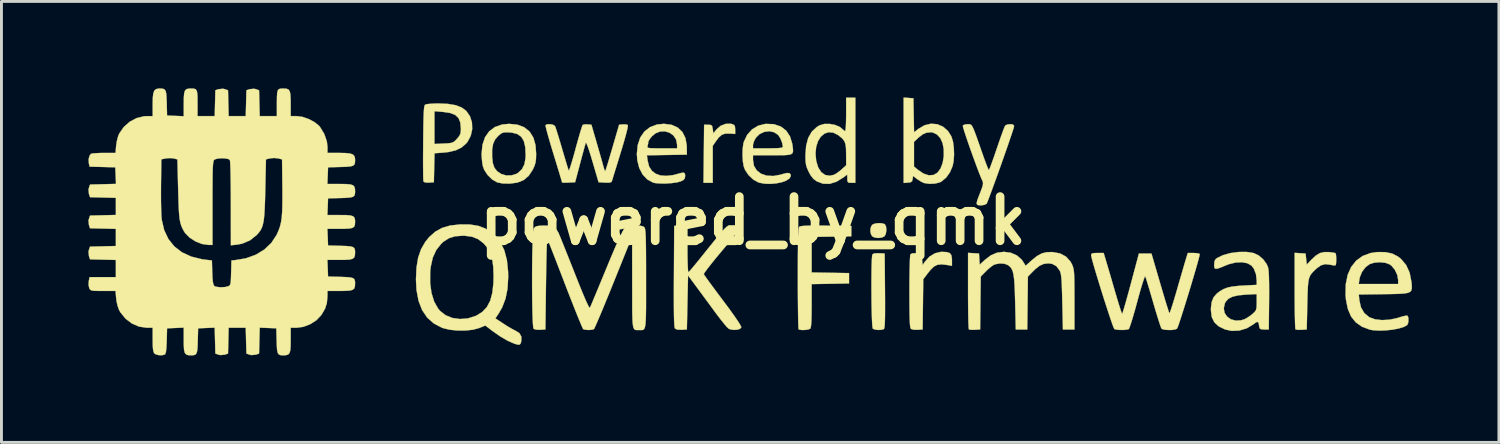
<source format=kicad_pcb>
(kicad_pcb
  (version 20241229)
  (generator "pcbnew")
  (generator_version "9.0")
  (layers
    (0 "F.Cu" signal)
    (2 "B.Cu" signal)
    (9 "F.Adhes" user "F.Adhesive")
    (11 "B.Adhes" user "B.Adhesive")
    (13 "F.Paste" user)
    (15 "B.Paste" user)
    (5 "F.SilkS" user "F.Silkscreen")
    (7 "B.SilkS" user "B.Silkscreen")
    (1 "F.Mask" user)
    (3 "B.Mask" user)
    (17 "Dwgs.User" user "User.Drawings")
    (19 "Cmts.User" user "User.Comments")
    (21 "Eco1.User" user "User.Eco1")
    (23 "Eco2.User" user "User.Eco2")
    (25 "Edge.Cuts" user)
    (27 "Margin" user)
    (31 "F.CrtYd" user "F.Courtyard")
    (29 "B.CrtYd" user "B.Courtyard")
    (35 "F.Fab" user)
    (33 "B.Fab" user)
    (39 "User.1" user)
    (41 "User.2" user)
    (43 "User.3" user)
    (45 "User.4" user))
  (footprint "powered_by_qmk"
    (layer "F.Cu")
    (at 22.936 4.569)
    (property "Reference" "powered_by_qmk" (at 0 0 0) (layer "F.SilkS") (effects (font (size 1.524 1.524) (thickness 0.3))))
    (attr through_hole)
    (fp_poly (pts (xy 4.441 0.085) (xy 4.538 0.113) (xy 4.556 0.127) (xy 4.593 0.209) (xy 4.602 0.329) (xy 4.584 0.449) (xy 4.541 0.533) (xy 4.449 0.579) (xy 4.321 0.594) (xy 4.195 0.577) (xy 4.11 0.533) (xy 4.067 0.451) (xy 4.048 0.34) (xy 4.048 0.337) (xy 4.066 0.226) (xy 4.109 0.143) (xy 4.11 0.142) (xy 4.193 0.101) (xy 4.315 0.081) (xy 4.441 0.085)) (stroke (width 0.01) (type solid)) (fill yes) (layer "F.SilkS"))
    (fp_poly (pts (xy -0.734 -3.34) (xy -0.656 -3.31) (xy -0.623 -3.257) (xy -0.615 -3.155) (xy -0.615 -3.152) (xy -0.615 -2.996) (xy -0.8 -3.01) (xy -0.958 -3.008) (xy -1.077 -2.967) (xy -1.183 -2.874) (xy -1.269 -2.76) (xy -1.389 -2.585) (xy -1.389 -1.31) (xy -1.708 -1.31) (xy -1.697 -2.312) (xy -1.687 -3.314) (xy -1.548 -3.314) (xy -1.456 -3.307) (xy -1.412 -3.272) (xy -1.392 -3.185) (xy -1.389 -3.164) (xy -1.369 -3.015) (xy -1.259 -3.153) (xy -1.116 -3.278) (xy -0.941 -3.345) (xy -0.76 -3.346) (xy -0.734 -3.34)) (stroke (width 0.01) (type solid)) (fill yes) (layer "F.SilkS"))
    (fp_poly (pts (xy 4.35 1.119) (xy 4.544 1.131) (xy 4.555 2.418) (xy 4.557 2.79) (xy 4.557 3.089) (xy 4.555 3.322) (xy 4.551 3.496) (xy 4.544 3.618) (xy 4.533 3.694) (xy 4.52 3.732) (xy 4.515 3.737) (xy 4.428 3.763) (xy 4.31 3.768) (xy 4.199 3.752) (xy 4.135 3.723) (xy 4.124 3.672) (xy 4.113 3.555) (xy 4.105 3.381) (xy 4.098 3.163) (xy 4.092 2.914) (xy 4.089 2.643) (xy 4.087 2.365) (xy 4.087 2.089) (xy 4.089 1.828) (xy 4.093 1.594) (xy 4.099 1.399) (xy 4.107 1.254) (xy 4.118 1.171) (xy 4.122 1.158) (xy 4.19 1.124) (xy 4.33 1.118) (xy 4.35 1.119)) (stroke (width 0.01) (type solid)) (fill yes) (layer "F.SilkS"))
    (fp_poly (pts (xy 2.525 0.168) (xy 3.393 0.179) (xy 3.393 0.536) (xy 2.709 0.547) (xy 2.024 0.557) (xy 2.024 1.784) (xy 3.314 1.806) (xy 3.314 2.163) (xy 2.024 2.185) (xy 2.024 2.93) (xy 2.022 3.226) (xy 2.016 3.448) (xy 2.006 3.602) (xy 1.99 3.693) (xy 1.976 3.723) (xy 1.911 3.751) (xy 1.803 3.767) (xy 1.688 3.77) (xy 1.599 3.757) (xy 1.574 3.744) (xy 1.569 3.7) (xy 1.564 3.585) (xy 1.559 3.406) (xy 1.555 3.174) (xy 1.552 2.894) (xy 1.549 2.576) (xy 1.548 2.228) (xy 1.548 1.983) (xy 1.548 1.554) (xy 1.549 1.198) (xy 1.552 0.909) (xy 1.556 0.679) (xy 1.561 0.503) (xy 1.568 0.374) (xy 1.576 0.286) (xy 1.587 0.231) (xy 1.6 0.204) (xy 1.602 0.203) (xy 1.655 0.186) (xy 1.769 0.174) (xy 1.95 0.168) (xy 2.201 0.166) (xy 2.525 0.168)) (stroke (width 0.01) (type solid)) (fill yes) (layer "F.SilkS"))
    (fp_poly (pts (xy 6.686 1.081) (xy 6.791 1.115) (xy 6.846 1.187) (xy 6.865 1.308) (xy 6.866 1.354) (xy 6.866 1.555) (xy 6.697 1.525) (xy 6.509 1.503) (xy 6.365 1.518) (xy 6.242 1.581) (xy 6.12 1.701) (xy 6.033 1.81) (xy 5.875 2.019) (xy 5.865 2.885) (xy 5.854 3.75) (xy 5.675 3.762) (xy 5.546 3.759) (xy 5.459 3.734) (xy 5.447 3.724) (xy 5.432 3.689) (xy 5.42 3.612) (xy 5.411 3.487) (xy 5.405 3.306) (xy 5.401 3.065) (xy 5.399 2.756) (xy 5.398 2.443) (xy 5.399 2.136) (xy 5.402 1.854) (xy 5.407 1.606) (xy 5.413 1.403) (xy 5.42 1.255) (xy 5.428 1.172) (xy 5.432 1.158) (xy 5.499 1.123) (xy 5.631 1.118) (xy 5.64 1.119) (xy 5.814 1.131) (xy 5.834 1.33) (xy 5.854 1.528) (xy 5.932 1.413) (xy 6.089 1.239) (xy 6.279 1.122) (xy 6.484 1.073) (xy 6.517 1.072) (xy 6.686 1.081)) (stroke (width 0.01) (type solid)) (fill yes) (layer "F.SilkS"))
    (fp_poly (pts (xy 19.87 1.08) (xy 19.993 1.094) (xy 20.08 1.111) (xy 20.105 1.121) (xy 20.119 1.173) (xy 20.127 1.272) (xy 20.127 1.387) (xy 20.12 1.486) (xy 20.106 1.536) (xy 20.058 1.541) (xy 19.963 1.526) (xy 19.919 1.516) (xy 19.747 1.496) (xy 19.596 1.539) (xy 19.444 1.649) (xy 19.433 1.659) (xy 19.345 1.744) (xy 19.277 1.818) (xy 19.226 1.893) (xy 19.191 1.982) (xy 19.166 2.095) (xy 19.151 2.244) (xy 19.141 2.443) (xy 19.133 2.703) (xy 19.129 2.877) (xy 19.11 3.75) (xy 18.929 3.762) (xy 18.815 3.764) (xy 18.737 3.753) (xy 18.721 3.746) (xy 18.714 3.701) (xy 18.708 3.586) (xy 18.703 3.41) (xy 18.698 3.184) (xy 18.695 2.917) (xy 18.693 2.618) (xy 18.693 2.412) (xy 18.693 1.107) (xy 18.881 1.119) (xy 19.07 1.131) (xy 19.11 1.513) (xy 19.263 1.35) (xy 19.422 1.202) (xy 19.568 1.114) (xy 19.724 1.079) (xy 19.87 1.08)) (stroke (width 0.01) (type solid)) (fill yes) (layer "F.SilkS"))
    (fp_poly (pts (xy 5.368 -4.239) (xy 5.536 -4.227) (xy 5.547 -3.64) (xy 5.558 -3.054) (xy 5.706 -3.171) (xy 5.921 -3.297) (xy 6.143 -3.35) (xy 6.36 -3.332) (xy 6.56 -3.246) (xy 6.731 -3.094) (xy 6.845 -2.914) (xy 6.899 -2.745) (xy 6.93 -2.528) (xy 6.939 -2.291) (xy 6.924 -2.063) (xy 6.89 -1.893) (xy 6.799 -1.677) (xy 6.667 -1.492) (xy 6.51 -1.359) (xy 6.441 -1.324) (xy 6.28 -1.284) (xy 6.093 -1.275) (xy 5.921 -1.299) (xy 5.875 -1.314) (xy 5.778 -1.365) (xy 5.666 -1.438) (xy 5.649 -1.451) (xy 5.522 -1.548) (xy 5.509 -1.439) (xy 5.49 -1.365) (xy 5.438 -1.33) (xy 5.348 -1.317) (xy 5.199 -1.305) (xy 5.199 -2.723) (xy 5.556 -2.723) (xy 5.556 -1.872) (xy 5.685 -1.764) (xy 5.881 -1.63) (xy 6.065 -1.569) (xy 6.23 -1.581) (xy 6.363 -1.657) (xy 6.471 -1.801) (xy 6.546 -1.997) (xy 6.584 -2.227) (xy 6.582 -2.47) (xy 6.544 -2.676) (xy 6.466 -2.851) (xy 6.346 -2.98) (xy 6.201 -3.048) (xy 6.132 -3.056) (xy 5.986 -3.04) (xy 5.856 -2.983) (xy 5.715 -2.873) (xy 5.685 -2.845) (xy 5.556 -2.723) (xy 5.199 -2.723) (xy 5.199 -4.251) (xy 5.368 -4.239)) (stroke (width 0.01) (type solid)) (fill yes) (layer "F.SilkS"))
    (fp_poly (pts (xy -8.129 -3.316) (xy -7.893 -3.226) (xy -7.71 -3.078) (xy -7.58 -2.872) (xy -7.505 -2.608) (xy -7.484 -2.314) (xy -7.489 -2.134) (xy -7.507 -2.001) (xy -7.545 -1.883) (xy -7.603 -1.76) (xy -7.741 -1.551) (xy -7.912 -1.406) (xy -8.127 -1.319) (xy -8.384 -1.283) (xy -8.631 -1.286) (xy -8.819 -1.323) (xy -8.83 -1.327) (xy -9 -1.424) (xy -9.155 -1.575) (xy -9.273 -1.754) (xy -9.322 -1.883) (xy -9.346 -2.022) (xy -9.362 -2.195) (xy -9.363 -2.21) (xy -9.003 -2.21) (xy -8.979 -1.991) (xy -8.925 -1.83) (xy -8.832 -1.712) (xy -8.692 -1.617) (xy -8.689 -1.615) (xy -8.519 -1.564) (xy -8.33 -1.568) (xy -8.157 -1.622) (xy -8.102 -1.657) (xy -7.972 -1.783) (xy -7.891 -1.941) (xy -7.852 -2.146) (xy -7.846 -2.273) (xy -7.859 -2.546) (xy -7.909 -2.753) (xy -7.999 -2.9) (xy -8.134 -2.994) (xy -8.32 -3.042) (xy -8.389 -3.048) (xy -8.531 -3.054) (xy -8.623 -3.044) (xy -8.697 -3.008) (xy -8.782 -2.939) (xy -8.784 -2.937) (xy -8.898 -2.81) (xy -8.969 -2.656) (xy -9.003 -2.461) (xy -9.003 -2.21) (xy -9.363 -2.21) (xy -9.366 -2.314) (xy -9.336 -2.623) (xy -9.248 -2.882) (xy -9.105 -3.086) (xy -8.909 -3.234) (xy -8.665 -3.321) (xy -8.418 -3.345) (xy -8.129 -3.316)) (stroke (width 0.01) (type solid)) (fill yes) (layer "F.SilkS"))
    (fp_poly (pts (xy -10.524 -4.033) (xy -10.262 -3.989) (xy -10.058 -3.911) (xy -9.903 -3.799) (xy -9.898 -3.794) (xy -9.769 -3.612) (xy -9.699 -3.395) (xy -9.69 -3.163) (xy -9.74 -2.934) (xy -9.851 -2.725) (xy -9.894 -2.671) (xy -10.055 -2.53) (xy -10.256 -2.432) (xy -10.51 -2.372) (xy -10.673 -2.354) (xy -10.991 -2.33) (xy -11.002 -1.83) (xy -11.013 -1.33) (xy -11.182 -1.317) (xy -11.309 -1.32) (xy -11.369 -1.353) (xy -11.372 -1.36) (xy -11.377 -1.412) (xy -11.381 -1.533) (xy -11.383 -1.714) (xy -11.385 -1.945) (xy -11.385 -2.215) (xy -11.383 -2.515) (xy -11.382 -2.651) (xy -10.993 -2.651) (xy -10.672 -2.665) (xy -10.512 -2.674) (xy -10.407 -2.689) (xy -10.335 -2.718) (xy -10.272 -2.769) (xy -10.216 -2.828) (xy -10.133 -2.93) (xy -10.093 -3.022) (xy -10.081 -3.145) (xy -10.081 -3.184) (xy -10.101 -3.393) (xy -10.164 -3.547) (xy -10.278 -3.654) (xy -10.452 -3.721) (xy -10.686 -3.756) (xy -10.993 -3.782) (xy -10.993 -2.651) (xy -11.382 -2.651) (xy -11.382 -2.693) (xy -11.378 -3.053) (xy -11.374 -3.341) (xy -11.369 -3.565) (xy -11.362 -3.733) (xy -11.354 -3.854) (xy -11.344 -3.935) (xy -11.33 -3.983) (xy -11.314 -4.007) (xy -11.311 -4.009) (xy -11.248 -4.025) (xy -11.125 -4.038) (xy -10.964 -4.046) (xy -10.852 -4.048) (xy -10.524 -4.033)) (stroke (width 0.01) (type solid)) (fill yes) (layer "F.SilkS"))
    (fp_poly (pts (xy -2.811 -3.312) (xy -2.598 -3.217) (xy -2.437 -3.064) (xy -2.332 -2.856) (xy -2.287 -2.598) (xy -2.285 -2.544) (xy -2.282 -2.282) (xy -2.972 -2.271) (xy -3.662 -2.26) (xy -3.636 -2.075) (xy -3.586 -1.875) (xy -3.491 -1.727) (xy -3.361 -1.625) (xy -3.2 -1.566) (xy -2.993 -1.549) (xy -2.763 -1.575) (xy -2.636 -1.607) (xy -2.488 -1.649) (xy -2.4 -1.661) (xy -2.357 -1.641) (xy -2.343 -1.585) (xy -2.342 -1.546) (xy -2.354 -1.461) (xy -2.404 -1.405) (xy -2.49 -1.362) (xy -2.623 -1.325) (xy -2.806 -1.3) (xy -3.01 -1.286) (xy -3.209 -1.287) (xy -3.375 -1.301) (xy -3.449 -1.319) (xy -3.648 -1.427) (xy -3.809 -1.597) (xy -3.926 -1.821) (xy -3.993 -2.089) (xy -4.008 -2.308) (xy -3.984 -2.553) (xy -3.644 -2.553) (xy -3.636 -2.529) (xy -3.6 -2.513) (xy -3.524 -2.505) (xy -3.397 -2.501) (xy -3.205 -2.5) (xy -3.14 -2.5) (xy -2.619 -2.5) (xy -2.62 -2.629) (xy -2.653 -2.804) (xy -2.744 -2.942) (xy -2.877 -3.038) (xy -3.035 -3.086) (xy -3.203 -3.081) (xy -3.365 -3.018) (xy -3.489 -2.914) (xy -3.563 -2.821) (xy -3.607 -2.747) (xy -3.612 -2.727) (xy -3.622 -2.652) (xy -3.637 -2.59) (xy -3.644 -2.553) (xy -3.984 -2.553) (xy -3.978 -2.614) (xy -3.89 -2.874) (xy -3.747 -3.081) (xy -3.555 -3.231) (xy -3.318 -3.321) (xy -3.074 -3.346) (xy -2.811 -3.312)) (stroke (width 0.01) (type solid)) (fill yes) (layer "F.SilkS"))
    (fp_poly (pts (xy 3.532 -1.31) (xy 3.393 -1.31) (xy 3.301 -1.315) (xy 3.263 -1.349) (xy 3.254 -1.434) (xy 3.254 -1.453) (xy 3.254 -1.597) (xy 3.125 -1.499) (xy 2.879 -1.347) (xy 2.642 -1.274) (xy 2.414 -1.28) (xy 2.203 -1.36) (xy 2.086 -1.445) (xy 1.989 -1.569) (xy 1.926 -1.684) (xy 1.866 -1.815) (xy 1.831 -1.928) (xy 1.814 -2.055) (xy 1.81 -2.226) (xy 1.81 -2.26) (xy 1.814 -2.322) (xy 2.157 -2.322) (xy 2.181 -2.067) (xy 2.182 -2.064) (xy 2.25 -1.84) (xy 2.355 -1.678) (xy 2.49 -1.581) (xy 2.651 -1.554) (xy 2.793 -1.586) (xy 2.88 -1.634) (xy 2.991 -1.716) (xy 3.054 -1.769) (xy 3.215 -1.914) (xy 3.214 -2.297) (xy 3.21 -2.5) (xy 3.192 -2.644) (xy 3.153 -2.75) (xy 3.084 -2.838) (xy 2.976 -2.928) (xy 2.939 -2.956) (xy 2.771 -3.042) (xy 2.61 -3.057) (xy 2.465 -3.008) (xy 2.34 -2.902) (xy 2.243 -2.747) (xy 2.18 -2.552) (xy 2.157 -2.322) (xy 1.814 -2.322) (xy 1.834 -2.59) (xy 1.906 -2.861) (xy 2.028 -3.075) (xy 2.203 -3.237) (xy 2.3 -3.295) (xy 2.458 -3.341) (xy 2.646 -3.343) (xy 2.835 -3.307) (xy 2.999 -3.236) (xy 3.093 -3.158) (xy 3.151 -3.106) (xy 3.18 -3.096) (xy 3.192 -3.133) (xy 3.203 -3.236) (xy 3.21 -3.39) (xy 3.214 -3.582) (xy 3.215 -3.671) (xy 3.215 -4.247) (xy 3.532 -4.247) (xy 3.532 -1.31)) (stroke (width 0.01) (type solid)) (fill yes) (layer "F.SilkS"))
    (fp_poly (pts (xy 0.703 -3.335) (xy 0.731 -3.33) (xy 0.963 -3.251) (xy 1.147 -3.109) (xy 1.278 -2.91) (xy 1.355 -2.655) (xy 1.364 -2.595) (xy 1.379 -2.478) (xy 1.381 -2.392) (xy 1.362 -2.333) (xy 1.31 -2.295) (xy 1.216 -2.274) (xy 1.071 -2.264) (xy 0.863 -2.262) (xy 0.67 -2.262) (xy 0 -2.262) (xy 0.000148 -2.094) (xy 0.034 -1.895) (xy 0.13 -1.737) (xy 0.279 -1.623) (xy 0.471 -1.558) (xy 0.698 -1.545) (xy 0.95 -1.59) (xy 1.014 -1.61) (xy 1.17 -1.65) (xy 1.265 -1.642) (xy 1.304 -1.584) (xy 1.303 -1.538) (xy 1.253 -1.455) (xy 1.142 -1.384) (xy 0.984 -1.328) (xy 0.797 -1.29) (xy 0.596 -1.273) (xy 0.398 -1.28) (xy 0.22 -1.314) (xy 0.179 -1.327) (xy 0.006 -1.425) (xy -0.152 -1.575) (xy -0.272 -1.752) (xy -0.318 -1.868) (xy -0.349 -2.046) (xy -0.362 -2.259) (xy -0.357 -2.474) (xy -0.339 -2.61) (xy 0 -2.61) (xy 0 -2.5) (xy 0.516 -2.5) (xy 0.74 -2.502) (xy 0.894 -2.509) (xy 0.987 -2.521) (xy 1.028 -2.54) (xy 1.032 -2.55) (xy 1.008 -2.686) (xy 0.95 -2.835) (xy 0.874 -2.955) (xy 0.868 -2.962) (xy 0.73 -3.055) (xy 0.564 -3.09) (xy 0.389 -3.068) (xy 0.228 -2.993) (xy 0.101 -2.868) (xy 0.1 -2.867) (xy 0.037 -2.75) (xy 0.002 -2.638) (xy 0 -2.61) (xy -0.339 -2.61) (xy -0.333 -2.66) (xy -0.315 -2.727) (xy -0.199 -2.969) (xy -0.03 -3.156) (xy 0.183 -3.283) (xy 0.43 -3.344) (xy 0.703 -3.335)) (stroke (width 0.01) (type solid)) (fill yes) (layer "F.SilkS"))
    (fp_poly (pts (xy 21.823 1.082) (xy 22.055 1.131) (xy 22.256 1.233) (xy 22.359 1.313) (xy 22.538 1.524) (xy 22.66 1.789) (xy 22.723 2.107) (xy 22.735 2.233) (xy 22.736 2.331) (xy 22.719 2.404) (xy 22.674 2.455) (xy 22.593 2.489) (xy 22.467 2.51) (xy 22.286 2.522) (xy 22.043 2.528) (xy 21.767 2.532) (xy 20.906 2.544) (xy 20.924 2.736) (xy 20.98 2.986) (xy 21.094 3.183) (xy 21.264 3.326) (xy 21.274 3.331) (xy 21.466 3.401) (xy 21.705 3.428) (xy 21.969 3.413) (xy 22.237 3.356) (xy 22.296 3.337) (xy 22.429 3.297) (xy 22.533 3.275) (xy 22.584 3.275) (xy 22.613 3.332) (xy 22.621 3.429) (xy 22.608 3.53) (xy 22.576 3.599) (xy 22.572 3.603) (xy 22.453 3.666) (xy 22.276 3.719) (xy 22.061 3.759) (xy 21.829 3.783) (xy 21.6 3.79) (xy 21.395 3.777) (xy 21.289 3.757) (xy 21.017 3.656) (xy 20.802 3.506) (xy 20.639 3.302) (xy 20.527 3.04) (xy 20.463 2.719) (xy 20.449 2.557) (xy 20.457 2.188) (xy 20.458 2.183) (xy 20.905 2.183) (xy 22.265 2.183) (xy 22.265 2.042) (xy 22.233 1.866) (xy 22.151 1.692) (xy 22.034 1.551) (xy 21.975 1.507) (xy 21.822 1.45) (xy 21.631 1.43) (xy 21.436 1.447) (xy 21.285 1.494) (xy 21.139 1.602) (xy 21.018 1.762) (xy 20.941 1.949) (xy 20.927 2.021) (xy 20.905 2.183) (xy 20.458 2.183) (xy 20.523 1.865) (xy 20.644 1.593) (xy 20.817 1.375) (xy 21.041 1.214) (xy 21.313 1.113) (xy 21.54 1.08) (xy 21.823 1.082)) (stroke (width 0.01) (type solid)) (fill yes) (layer "F.SilkS"))
    (fp_poly (pts (xy 7.492 -3.328) (xy 7.528 -3.309) (xy 7.562 -3.266) (xy 7.601 -3.191) (xy 7.648 -3.077) (xy 7.709 -2.913) (xy 7.787 -2.692) (xy 7.885 -2.411) (xy 7.96 -2.197) (xy 8.028 -2.012) (xy 8.084 -1.867) (xy 8.123 -1.775) (xy 8.139 -1.747) (xy 8.158 -1.782) (xy 8.198 -1.882) (xy 8.254 -2.034) (xy 8.323 -2.228) (xy 8.4 -2.452) (xy 8.413 -2.49) (xy 8.492 -2.722) (xy 8.565 -2.929) (xy 8.627 -3.1) (xy 8.674 -3.221) (xy 8.701 -3.282) (xy 8.703 -3.284) (xy 8.766 -3.318) (xy 8.867 -3.334) (xy 8.875 -3.334) (xy 8.969 -3.324) (xy 9.006 -3.286) (xy 9.009 -3.257) (xy 8.996 -3.204) (xy 8.96 -3.089) (xy 8.903 -2.92) (xy 8.831 -2.708) (xy 8.747 -2.465) (xy 8.654 -2.2) (xy 8.557 -1.925) (xy 8.459 -1.65) (xy 8.363 -1.385) (xy 8.274 -1.141) (xy 8.196 -0.929) (xy 8.132 -0.759) (xy 8.086 -0.641) (xy 8.061 -0.588) (xy 8.06 -0.586) (xy 7.991 -0.551) (xy 7.885 -0.533) (xy 7.784 -0.536) (xy 7.743 -0.551) (xy 7.722 -0.58) (xy 7.723 -0.636) (xy 7.75 -0.733) (xy 7.806 -0.883) (xy 7.827 -0.934) (xy 7.891 -1.101) (xy 7.928 -1.214) (xy 7.939 -1.29) (xy 7.93 -1.349) (xy 7.915 -1.385) (xy 7.871 -1.483) (xy 7.811 -1.633) (xy 7.738 -1.823) (xy 7.658 -2.04) (xy 7.574 -2.271) (xy 7.49 -2.505) (xy 7.412 -2.729) (xy 7.344 -2.931) (xy 7.289 -3.098) (xy 7.253 -3.218) (xy 7.24 -3.278) (xy 7.24 -3.281) (xy 7.291 -3.317) (xy 7.39 -3.334) (xy 7.402 -3.334) (xy 7.452 -3.334) (xy 7.492 -3.328)) (stroke (width 0.01) (type solid)) (fill yes) (layer "F.SilkS"))
    (fp_poly (pts (xy -2.371 0.152) (xy -2.262 0.168) (xy -2.262 0.98) (xy -2.261 1.223) (xy -2.256 1.436) (xy -2.25 1.607) (xy -2.241 1.725) (xy -2.231 1.778) (xy -2.229 1.779) (xy -2.196 1.746) (xy -2.12 1.659) (xy -2.01 1.526) (xy -1.871 1.356) (xy -1.71 1.157) (xy -1.554 0.962) (xy -1.353 0.713) (xy -1.195 0.519) (xy -1.073 0.375) (xy -0.98 0.273) (xy -0.91 0.207) (xy -0.857 0.17) (xy -0.815 0.155) (xy -0.804 0.154) (xy -0.66 0.155) (xy -0.538 0.166) (xy -0.466 0.185) (xy -0.455 0.212) (xy -0.473 0.265) (xy -0.524 0.35) (xy -0.613 0.473) (xy -0.743 0.639) (xy -0.918 0.854) (xy -1.13 1.107) (xy -1.296 1.306) (xy -1.442 1.488) (xy -1.562 1.641) (xy -1.648 1.757) (xy -1.694 1.827) (xy -1.699 1.842) (xy -1.672 1.884) (xy -1.604 1.981) (xy -1.501 2.124) (xy -1.369 2.304) (xy -1.214 2.512) (xy -1.043 2.741) (xy -1.038 2.746) (xy -0.831 3.024) (xy -0.662 3.259) (xy -0.533 3.446) (xy -0.446 3.582) (xy -0.406 3.662) (xy -0.404 3.678) (xy -0.449 3.729) (xy -0.545 3.759) (xy -0.665 3.766) (xy -0.782 3.748) (xy -0.847 3.719) (xy -0.899 3.668) (xy -0.988 3.565) (xy -1.102 3.423) (xy -1.232 3.254) (xy -1.309 3.151) (xy -1.466 2.936) (xy -1.635 2.707) (xy -1.797 2.487) (xy -1.935 2.3) (xy -1.963 2.262) (xy -2.242 1.885) (xy -2.262 2.818) (xy -2.282 3.75) (xy -2.464 3.762) (xy -2.614 3.757) (xy -2.693 3.718) (xy -2.705 3.681) (xy -2.714 3.597) (xy -2.722 3.462) (xy -2.727 3.272) (xy -2.73 3.02) (xy -2.731 2.703) (xy -2.731 2.316) (xy -2.729 1.921) (xy -2.719 0.179) (xy -2.6 0.158) (xy -2.472 0.147) (xy -2.371 0.152)) (stroke (width 0.01) (type solid)) (fill yes) (layer "F.SilkS"))
    (fp_poly (pts (xy 8.901 1.105) (xy 9.11 1.198) (xy 9.273 1.342) (xy 9.311 1.396) (xy 9.41 1.552) (xy 9.613 1.369) (xy 9.798 1.219) (xy 9.964 1.127) (xy 10.135 1.084) (xy 10.334 1.079) (xy 10.344 1.08) (xy 10.598 1.128) (xy 10.802 1.237) (xy 10.955 1.406) (xy 11.007 1.501) (xy 11.033 1.562) (xy 11.053 1.624) (xy 11.068 1.698) (xy 11.079 1.795) (xy 11.086 1.925) (xy 11.09 2.1) (xy 11.092 2.33) (xy 11.093 2.625) (xy 11.093 2.719) (xy 11.093 3.75) (xy 10.696 3.75) (xy 10.674 2.798) (xy 10.666 2.486) (xy 10.658 2.244) (xy 10.649 2.06) (xy 10.637 1.925) (xy 10.622 1.828) (xy 10.603 1.76) (xy 10.585 1.719) (xy 10.471 1.567) (xy 10.324 1.486) (xy 10.189 1.468) (xy 10.037 1.487) (xy 9.895 1.549) (xy 9.746 1.665) (xy 9.655 1.754) (xy 9.487 1.926) (xy 9.476 2.838) (xy 9.465 3.75) (xy 9.069 3.75) (xy 9.047 2.818) (xy 9.038 2.481) (xy 9.026 2.214) (xy 9.011 2.008) (xy 8.989 1.851) (xy 8.96 1.735) (xy 8.921 1.65) (xy 8.871 1.586) (xy 8.807 1.534) (xy 8.806 1.533) (xy 8.677 1.482) (xy 8.515 1.472) (xy 8.356 1.502) (xy 8.303 1.525) (xy 8.216 1.585) (xy 8.105 1.679) (xy 8.028 1.754) (xy 7.86 1.926) (xy 7.849 2.838) (xy 7.838 3.75) (xy 7.658 3.762) (xy 7.544 3.764) (xy 7.465 3.753) (xy 7.45 3.746) (xy 7.443 3.701) (xy 7.437 3.586) (xy 7.431 3.41) (xy 7.427 3.184) (xy 7.424 2.917) (xy 7.422 2.618) (xy 7.422 2.412) (xy 7.422 1.107) (xy 7.61 1.119) (xy 7.799 1.131) (xy 7.811 1.323) (xy 7.823 1.514) (xy 7.997 1.354) (xy 8.207 1.193) (xy 8.42 1.102) (xy 8.655 1.072) (xy 8.664 1.072) (xy 8.901 1.105)) (stroke (width 0.01) (type solid)) (fill yes) (layer "F.SilkS"))
    (fp_poly (pts (xy 17.276 1.114) (xy 17.283 1.116) (xy 17.453 1.198) (xy 17.61 1.334) (xy 17.73 1.5) (xy 17.777 1.616) (xy 17.792 1.72) (xy 17.804 1.9) (xy 17.81 2.149) (xy 17.812 2.464) (xy 17.81 2.765) (xy 17.8 3.75) (xy 17.641 3.75) (xy 17.537 3.744) (xy 17.488 3.716) (xy 17.471 3.652) (xy 17.47 3.651) (xy 17.451 3.533) (xy 17.418 3.487) (xy 17.357 3.507) (xy 17.27 3.572) (xy 17.039 3.711) (xy 16.781 3.788) (xy 16.516 3.799) (xy 16.294 3.751) (xy 16.073 3.645) (xy 15.921 3.504) (xy 15.832 3.322) (xy 15.803 3.09) (xy 15.804 3.025) (xy 16.246 3.025) (xy 16.276 3.18) (xy 16.362 3.308) (xy 16.492 3.4) (xy 16.656 3.445) (xy 16.84 3.436) (xy 16.961 3.398) (xy 17.073 3.337) (xy 17.197 3.249) (xy 17.237 3.216) (xy 17.314 3.144) (xy 17.357 3.082) (xy 17.377 3.003) (xy 17.383 2.882) (xy 17.383 2.808) (xy 17.383 2.529) (xy 17.015 2.548) (xy 16.748 2.573) (xy 16.55 2.619) (xy 16.408 2.69) (xy 16.315 2.791) (xy 16.283 2.853) (xy 16.246 3.025) (xy 15.804 3.025) (xy 15.804 3.008) (xy 15.831 2.798) (xy 15.895 2.64) (xy 16.008 2.511) (xy 16.112 2.431) (xy 16.236 2.359) (xy 16.374 2.306) (xy 16.542 2.27) (xy 16.76 2.246) (xy 16.956 2.234) (xy 17.383 2.212) (xy 17.383 2.069) (xy 17.358 1.844) (xy 17.287 1.656) (xy 17.203 1.547) (xy 17.064 1.466) (xy 16.877 1.431) (xy 16.659 1.44) (xy 16.429 1.496) (xy 16.348 1.527) (xy 16.165 1.603) (xy 16.042 1.647) (xy 15.968 1.658) (xy 15.93 1.636) (xy 15.916 1.581) (xy 15.915 1.514) (xy 15.926 1.395) (xy 15.97 1.32) (xy 16.016 1.285) (xy 16.223 1.185) (xy 16.478 1.114) (xy 16.756 1.077) (xy 17.031 1.075) (xy 17.276 1.114)) (stroke (width 0.01) (type solid)) (fill yes) (layer "F.SilkS"))
    (fp_poly (pts (xy -9.769 0.129) (xy -9.484 0.174) (xy -9.24 0.265) (xy -9.021 0.406) (xy -8.904 0.51) (xy -8.718 0.739) (xy -8.582 1.019) (xy -8.493 1.355) (xy -8.452 1.75) (xy -8.448 1.944) (xy -8.471 2.342) (xy -8.54 2.686) (xy -8.657 2.991) (xy -8.779 3.202) (xy -8.89 3.368) (xy -8.616 3.549) (xy -8.467 3.644) (xy -8.324 3.728) (xy -8.214 3.785) (xy -8.201 3.79) (xy -8.062 3.878) (xy -7.995 3.997) (xy -7.995 4.152) (xy -8.019 4.238) (xy -8.06 4.276) (xy -8.138 4.271) (xy -8.261 4.231) (xy -8.48 4.133) (xy -8.728 3.988) (xy -8.984 3.809) (xy -9.013 3.787) (xy -9.236 3.615) (xy -9.45 3.701) (xy -9.661 3.759) (xy -9.919 3.787) (xy -10.196 3.788) (xy -10.464 3.76) (xy -10.697 3.704) (xy -10.733 3.691) (xy -11.015 3.544) (xy -11.243 3.342) (xy -11.418 3.083) (xy -11.541 2.766) (xy -11.612 2.391) (xy -11.625 2.145) (xy -11.142 2.145) (xy -11.096 2.489) (xy -11.004 2.787) (xy -10.867 3.03) (xy -10.801 3.109) (xy -10.608 3.26) (xy -10.372 3.355) (xy -10.109 3.391) (xy -9.835 3.368) (xy -9.566 3.282) (xy -9.545 3.272) (xy -9.342 3.146) (xy -9.184 2.978) (xy -9.069 2.76) (xy -8.995 2.487) (xy -8.958 2.152) (xy -8.952 1.905) (xy -8.964 1.584) (xy -9 1.325) (xy -9.064 1.115) (xy -9.161 0.938) (xy -9.295 0.781) (xy -9.304 0.773) (xy -9.485 0.634) (xy -9.692 0.551) (xy -9.944 0.517) (xy -10.021 0.516) (xy -10.28 0.535) (xy -10.49 0.6) (xy -10.675 0.717) (xy -10.76 0.793) (xy -10.931 1.009) (xy -11.051 1.273) (xy -11.122 1.593) (xy -11.14 1.764) (xy -11.142 2.145) (xy -11.625 2.145) (xy -11.631 2.024) (xy -11.613 1.619) (xy -11.556 1.274) (xy -11.454 0.979) (xy -11.306 0.723) (xy -11.174 0.562) (xy -10.963 0.375) (xy -10.725 0.244) (xy -10.447 0.163) (xy -10.114 0.127) (xy -10.109 0.126) (xy -9.769 0.129)) (stroke (width 0.01) (type solid)) (fill yes) (layer "F.SilkS"))
    (fp_poly (pts (xy -6.904 -3.314) (xy -6.837 -3.273) (xy -6.832 -3.264) (xy -6.809 -3.205) (xy -6.769 -3.083) (xy -6.716 -2.912) (xy -6.653 -2.704) (xy -6.587 -2.48) (xy -6.52 -2.253) (xy -6.46 -2.052) (xy -6.411 -1.889) (xy -6.375 -1.777) (xy -6.358 -1.729) (xy -6.342 -1.754) (xy -6.309 -1.846) (xy -6.263 -1.993) (xy -6.206 -2.184) (xy -6.143 -2.41) (xy -6.124 -2.483) (xy -6.058 -2.722) (xy -5.997 -2.936) (xy -5.945 -3.111) (xy -5.905 -3.237) (xy -5.881 -3.301) (xy -5.877 -3.306) (xy -5.818 -3.325) (xy -5.72 -3.328) (xy -5.71 -3.327) (xy -5.576 -3.314) (xy -5.391 -2.679) (xy -5.326 -2.452) (xy -5.264 -2.238) (xy -5.212 -2.055) (xy -5.175 -1.921) (xy -5.161 -1.87) (xy -5.131 -1.771) (xy -5.106 -1.718) (xy -5.098 -1.715) (xy -5.082 -1.757) (xy -5.048 -1.864) (xy -4.998 -2.023) (xy -4.938 -2.225) (xy -4.87 -2.456) (xy -4.85 -2.524) (xy -4.62 -3.314) (xy -4.488 -3.327) (xy -4.387 -3.326) (xy -4.322 -3.306) (xy -4.32 -3.304) (xy -4.32 -3.255) (xy -4.343 -3.139) (xy -4.388 -2.963) (xy -4.452 -2.735) (xy -4.533 -2.462) (xy -4.565 -2.358) (xy -4.644 -2.1) (xy -4.717 -1.863) (xy -4.78 -1.662) (xy -4.828 -1.505) (xy -4.858 -1.406) (xy -4.867 -1.377) (xy -4.892 -1.336) (xy -4.95 -1.317) (xy -5.06 -1.315) (xy -5.108 -1.318) (xy -5.329 -1.33) (xy -5.538 -2.044) (xy -5.604 -2.263) (xy -5.663 -2.449) (xy -5.713 -2.591) (xy -5.75 -2.678) (xy -5.768 -2.7) (xy -5.769 -2.699) (xy -5.786 -2.642) (xy -5.82 -2.523) (xy -5.866 -2.354) (xy -5.921 -2.151) (xy -5.965 -1.984) (xy -6.139 -1.33) (xy -6.363 -1.318) (xy -6.485 -1.314) (xy -6.566 -1.317) (xy -6.588 -1.323) (xy -6.599 -1.364) (xy -6.631 -1.47) (xy -6.679 -1.632) (xy -6.742 -1.838) (xy -6.816 -2.08) (xy -6.884 -2.303) (xy -6.964 -2.566) (xy -7.034 -2.805) (xy -7.092 -3.008) (xy -7.133 -3.165) (xy -7.157 -3.266) (xy -7.16 -3.3) (xy -7.101 -3.331) (xy -7.004 -3.334) (xy -6.904 -3.314)) (stroke (width 0.01) (type solid)) (fill yes) (layer "F.SilkS"))
    (fp_poly (pts (xy 12.182 1.379) (xy 12.218 1.502) (xy 12.272 1.684) (xy 12.338 1.908) (xy 12.41 2.157) (xy 12.485 2.415) (xy 12.49 2.431) (xy 12.559 2.666) (xy 12.622 2.873) (xy 12.675 3.041) (xy 12.714 3.157) (xy 12.736 3.212) (xy 12.739 3.215) (xy 12.754 3.178) (xy 12.787 3.074) (xy 12.835 2.914) (xy 12.894 2.706) (xy 12.962 2.461) (xy 13.036 2.188) (xy 13.04 2.173) (xy 13.318 1.131) (xy 13.751 1.131) (xy 14.049 2.151) (xy 14.129 2.422) (xy 14.202 2.668) (xy 14.266 2.878) (xy 14.318 3.042) (xy 14.353 3.151) (xy 14.37 3.193) (xy 14.387 3.163) (xy 14.422 3.067) (xy 14.471 2.917) (xy 14.531 2.722) (xy 14.599 2.494) (xy 14.623 2.411) (xy 14.697 2.152) (xy 14.77 1.903) (xy 14.835 1.679) (xy 14.888 1.496) (xy 14.926 1.372) (xy 14.929 1.359) (xy 15.005 1.111) (xy 15.2 1.111) (xy 15.317 1.118) (xy 15.398 1.135) (xy 15.416 1.147) (xy 15.41 1.192) (xy 15.383 1.301) (xy 15.339 1.465) (xy 15.28 1.671) (xy 15.21 1.91) (xy 15.133 2.171) (xy 15.051 2.441) (xy 14.968 2.712) (xy 14.887 2.971) (xy 14.812 3.209) (xy 14.746 3.413) (xy 14.692 3.575) (xy 14.653 3.681) (xy 14.634 3.721) (xy 14.571 3.75) (xy 14.45 3.768) (xy 14.367 3.77) (xy 14.224 3.762) (xy 14.126 3.739) (xy 14.098 3.721) (xy 14.075 3.669) (xy 14.035 3.553) (xy 13.981 3.384) (xy 13.916 3.174) (xy 13.844 2.934) (xy 13.811 2.818) (xy 13.738 2.568) (xy 13.671 2.342) (xy 13.614 2.153) (xy 13.57 2.011) (xy 13.542 1.928) (xy 13.536 1.913) (xy 13.519 1.935) (xy 13.485 2.024) (xy 13.437 2.17) (xy 13.378 2.365) (xy 13.312 2.599) (xy 13.262 2.784) (xy 13.191 3.044) (xy 13.124 3.277) (xy 13.064 3.475) (xy 13.015 3.624) (xy 12.981 3.715) (xy 12.967 3.738) (xy 12.893 3.758) (xy 12.773 3.768) (xy 12.64 3.766) (xy 12.526 3.754) (xy 12.471 3.737) (xy 12.449 3.693) (xy 12.407 3.585) (xy 12.35 3.422) (xy 12.281 3.216) (xy 12.203 2.977) (xy 12.119 2.717) (xy 12.034 2.447) (xy 11.95 2.177) (xy 11.871 1.919) (xy 11.8 1.682) (xy 11.741 1.479) (xy 11.698 1.321) (xy 11.673 1.217) (xy 11.668 1.186) (xy 11.679 1.142) (xy 11.725 1.12) (xy 11.824 1.112) (xy 11.885 1.111) (xy 12.101 1.111) (xy 12.182 1.379)) (stroke (width 0.01) (type solid)) (fill yes) (layer "F.SilkS"))
    (fp_poly (pts (xy -3.895 0.168) (xy -3.788 0.197) (xy -3.753 0.221) (xy -3.738 0.244) (xy -3.726 0.284) (xy -3.715 0.347) (xy -3.707 0.442) (xy -3.701 0.575) (xy -3.697 0.753) (xy -3.694 0.983) (xy -3.692 1.271) (xy -3.691 1.627) (xy -3.691 2.003) (xy -3.691 2.424) (xy -3.691 2.773) (xy -3.692 3.055) (xy -3.696 3.279) (xy -3.702 3.451) (xy -3.713 3.578) (xy -3.728 3.666) (xy -3.749 3.723) (xy -3.777 3.755) (xy -3.812 3.769) (xy -3.856 3.772) (xy -3.91 3.771) (xy -3.929 3.77) (xy -3.988 3.771) (xy -4.036 3.77) (xy -4.075 3.759) (xy -4.105 3.731) (xy -4.128 3.68) (xy -4.144 3.598) (xy -4.156 3.477) (xy -4.163 3.312) (xy -4.167 3.095) (xy -4.168 2.818) (xy -4.168 2.475) (xy -4.169 2.129) (xy -4.17 0.536) (xy -4.809 2.123) (xy -4.945 2.459) (xy -5.073 2.771) (xy -5.189 3.054) (xy -5.292 3.297) (xy -5.377 3.495) (xy -5.441 3.64) (xy -5.481 3.723) (xy -5.492 3.74) (xy -5.56 3.76) (xy -5.665 3.769) (xy -5.675 3.769) (xy -5.782 3.761) (xy -5.854 3.742) (xy -5.858 3.74) (xy -5.881 3.698) (xy -5.929 3.589) (xy -5.999 3.422) (xy -6.088 3.205) (xy -6.191 2.945) (xy -6.307 2.651) (xy -6.432 2.33) (xy -6.488 2.183) (xy -6.615 1.853) (xy -6.734 1.545) (xy -6.841 1.268) (xy -6.934 1.029) (xy -7.009 0.838) (xy -7.064 0.701) (xy -7.094 0.626) (xy -7.099 0.615) (xy -7.105 0.645) (xy -7.111 0.745) (xy -7.118 0.909) (xy -7.125 1.128) (xy -7.131 1.394) (xy -7.137 1.698) (xy -7.142 2.033) (xy -7.144 2.163) (xy -7.164 3.75) (xy -7.342 3.762) (xy -7.471 3.759) (xy -7.559 3.734) (xy -7.571 3.724) (xy -7.584 3.673) (xy -7.595 3.551) (xy -7.604 3.371) (xy -7.612 3.142) (xy -7.617 2.874) (xy -7.621 2.578) (xy -7.623 2.263) (xy -7.623 1.94) (xy -7.622 1.619) (xy -7.619 1.309) (xy -7.613 1.022) (xy -7.606 0.767) (xy -7.598 0.555) (xy -7.587 0.395) (xy -7.575 0.298) (xy -7.569 0.278) (xy -7.532 0.223) (xy -7.478 0.191) (xy -7.383 0.174) (xy -7.265 0.167) (xy -7.056 0.169) (xy -6.907 0.203) (xy -6.801 0.277) (xy -6.722 0.397) (xy -6.716 0.411) (xy -6.683 0.487) (xy -6.625 0.627) (xy -6.547 0.821) (xy -6.452 1.058) (xy -6.344 1.329) (xy -6.227 1.623) (xy -6.15 1.818) (xy -6.003 2.188) (xy -5.882 2.486) (xy -5.785 2.715) (xy -5.712 2.875) (xy -5.662 2.971) (xy -5.633 3.004) (xy -5.628 3) (xy -5.605 2.951) (xy -5.556 2.837) (xy -5.485 2.666) (xy -5.394 2.449) (xy -5.288 2.193) (xy -5.17 1.908) (xy -5.059 1.639) (xy -4.892 1.237) (xy -4.751 0.906) (xy -4.635 0.645) (xy -4.543 0.451) (xy -4.475 0.321) (xy -4.427 0.253) (xy -4.422 0.248) (xy -4.347 0.196) (xy -4.254 0.169) (xy -4.116 0.159) (xy -4.069 0.159) (xy -3.895 0.168)) (stroke (width 0.01) (type solid)) (fill yes) (layer "F.SilkS"))
    (fp_poly (pts (xy -16.103 -4.558) (xy -16.033 -4.531) (xy -15.989 -4.472) (xy -15.965 -4.367) (xy -15.956 -4.204) (xy -15.954 -4.047) (xy -15.954 -3.612) (xy -15.742 -3.612) (xy -15.546 -3.585) (xy -15.335 -3.512) (xy -15.138 -3.408) (xy -14.982 -3.284) (xy -14.944 -3.24) (xy -14.794 -2.994) (xy -14.706 -2.736) (xy -14.685 -2.55) (xy -14.684 -2.342) (xy -14.27 -2.342) (xy -14.052 -2.337) (xy -13.901 -2.32) (xy -13.805 -2.286) (xy -13.754 -2.228) (xy -13.734 -2.141) (xy -13.732 -2.091) (xy -13.737 -1.999) (xy -13.759 -1.936) (xy -13.812 -1.897) (xy -13.907 -1.874) (xy -14.059 -1.862) (xy -14.229 -1.857) (xy -14.665 -1.845) (xy -14.676 -1.558) (xy -14.688 -1.27) (xy -14.251 -1.27) (xy -14.039 -1.267) (xy -13.894 -1.254) (xy -13.803 -1.225) (xy -13.754 -1.173) (xy -13.735 -1.092) (xy -13.732 -1.005) (xy -13.738 -0.919) (xy -13.762 -0.86) (xy -13.817 -0.823) (xy -13.916 -0.802) (xy -14.073 -0.79) (xy -14.229 -0.785) (xy -14.665 -0.774) (xy -14.676 -0.486) (xy -14.688 -0.198) (xy -14.257 -0.198) (xy -14.044 -0.196) (xy -13.897 -0.184) (xy -13.805 -0.157) (xy -13.755 -0.11) (xy -13.735 -0.037) (xy -13.732 0.04) (xy -13.738 0.136) (xy -13.764 0.203) (xy -13.823 0.245) (xy -13.927 0.267) (xy -14.089 0.276) (xy -14.257 0.278) (xy -14.688 0.278) (xy -14.676 0.566) (xy -14.665 0.853) (xy -14.229 0.865) (xy -14.023 0.872) (xy -13.884 0.886) (xy -13.798 0.911) (xy -13.753 0.953) (xy -13.735 1.019) (xy -13.732 1.084) (xy -13.738 1.192) (xy -13.762 1.266) (xy -13.819 1.313) (xy -13.921 1.338) (xy -14.08 1.348) (xy -14.251 1.349) (xy -14.688 1.349) (xy -14.676 1.637) (xy -14.665 1.925) (xy -14.229 1.936) (xy -14.023 1.944) (xy -13.884 1.957) (xy -13.798 1.982) (xy -13.753 2.025) (xy -13.735 2.09) (xy -13.732 2.156) (xy -13.738 2.264) (xy -13.762 2.338) (xy -13.82 2.384) (xy -13.922 2.409) (xy -14.081 2.419) (xy -14.249 2.421) (xy -14.684 2.421) (xy -14.687 2.629) (xy -14.707 2.841) (xy -14.766 3.028) (xy -14.877 3.221) (xy -14.908 3.266) (xy -15.07 3.435) (xy -15.282 3.57) (xy -15.519 3.66) (xy -15.742 3.691) (xy -15.954 3.691) (xy -15.954 4.126) (xy -15.957 4.338) (xy -15.97 4.482) (xy -16 4.573) (xy -16.052 4.621) (xy -16.134 4.64) (xy -16.22 4.643) (xy -16.306 4.637) (xy -16.364 4.614) (xy -16.401 4.558) (xy -16.423 4.459) (xy -16.434 4.302) (xy -16.439 4.146) (xy -16.45 3.711) (xy -16.737 3.699) (xy -17.023 3.688) (xy -17.046 4.582) (xy -17.155 4.62) (xy -17.312 4.635) (xy -17.373 4.62) (xy -17.482 4.582) (xy -17.494 4.137) (xy -17.505 3.691) (xy -18.095 3.691) (xy -18.106 4.137) (xy -18.117 4.582) (xy -18.226 4.62) (xy -18.383 4.635) (xy -18.445 4.62) (xy -18.554 4.582) (xy -18.565 4.135) (xy -18.576 3.688) (xy -18.863 3.699) (xy -19.149 3.711) (xy -19.161 4.146) (xy -19.168 4.352) (xy -19.181 4.491) (xy -19.207 4.577) (xy -19.249 4.623) (xy -19.315 4.64) (xy -19.38 4.643) (xy -19.488 4.638) (xy -19.562 4.613) (xy -19.609 4.556) (xy -19.634 4.454) (xy -19.644 4.295) (xy -19.645 4.124) (xy -19.645 3.687) (xy -19.933 3.699) (xy -20.221 3.711) (xy -20.232 4.146) (xy -20.243 4.374) (xy -20.26 4.528) (xy -20.285 4.605) (xy -20.292 4.612) (xy -20.39 4.64) (xy -20.514 4.636) (xy -20.623 4.604) (xy -20.655 4.581) (xy -20.684 4.533) (xy -20.703 4.45) (xy -20.714 4.318) (xy -20.717 4.122) (xy -20.717 4.105) (xy -20.717 3.691) (xy -20.925 3.691) (xy -21.186 3.652) (xy -21.435 3.544) (xy -21.654 3.378) (xy -21.829 3.162) (xy -21.875 3.082) (xy -21.924 2.949) (xy -21.963 2.781) (xy -21.978 2.67) (xy -21.998 2.421) (xy -22.43 2.421) (xy -22.62 2.42) (xy -22.746 2.416) (xy -22.823 2.404) (xy -22.868 2.383) (xy -22.894 2.349) (xy -22.906 2.325) (xy -22.929 2.215) (xy -22.923 2.087) (xy -22.896 1.945) (xy -21.987 1.945) (xy -21.987 1.352) (xy -22.878 1.33) (xy -22.916 1.22) (xy -22.931 1.064) (xy -22.916 1.002) (xy -22.878 0.893) (xy -21.987 0.871) (xy -21.987 0.28) (xy -22.432 0.269) (xy -22.878 0.258) (xy -22.916 0.149) (xy -22.931 -0.008) (xy -22.916 -0.069) (xy -22.878 -0.179) (xy -22.432 -0.19) (xy -21.987 -0.201) (xy -21.987 -0.791) (xy -22.878 -0.814) (xy -22.916 -0.923) (xy -22.917 -0.93) (xy -20.431 -0.93) (xy -20.43 -0.66) (xy -20.425 -0.417) (xy -20.418 -0.215) (xy -20.408 -0.07) (xy -20.404 -0.034) (xy -20.32 0.323) (xy -20.175 0.63) (xy -19.97 0.885) (xy -19.707 1.088) (xy -19.387 1.236) (xy -19.013 1.328) (xy -18.891 1.345) (xy -18.673 1.369) (xy -18.663 1.726) (xy -18.655 1.944) (xy -18.642 2.094) (xy -18.623 2.191) (xy -18.594 2.246) (xy -18.553 2.272) (xy -18.544 2.275) (xy -18.386 2.296) (xy -18.22 2.287) (xy -18.121 2.264) (xy -18.077 2.243) (xy -18.048 2.213) (xy -18.029 2.157) (xy -18.019 2.06) (xy -18.013 1.907) (xy -18.01 1.797) (xy -17.998 1.369) (xy -17.879 1.359) (xy -17.5 1.296) (xy -17.16 1.173) (xy -16.865 0.994) (xy -16.623 0.765) (xy -16.441 0.489) (xy -16.425 0.455) (xy -16.367 0.322) (xy -16.321 0.189) (xy -16.287 0.046) (xy -16.263 -0.119) (xy -16.248 -0.318) (xy -16.241 -0.564) (xy -16.239 -0.867) (xy -16.241 -1.171) (xy -16.252 -2.118) (xy -16.387 -2.153) (xy -16.527 -2.168) (xy -16.664 -2.154) (xy -16.808 -2.12) (xy -16.831 -1.07) (xy -16.84 -0.711) (xy -16.851 -0.421) (xy -16.865 -0.191) (xy -16.886 -0.01) (xy -16.914 0.131) (xy -16.951 0.244) (xy -17 0.336) (xy -17.063 0.42) (xy -17.13 0.493) (xy -17.361 0.677) (xy -17.626 0.789) (xy -17.805 0.823) (xy -18.018 0.845) (xy -18.019 -0.6) (xy -18.02 -0.932) (xy -18.023 -1.241) (xy -18.027 -1.516) (xy -18.032 -1.749) (xy -18.039 -1.93) (xy -18.046 -2.05) (xy -18.054 -2.099) (xy -18.115 -2.134) (xy -18.226 -2.153) (xy -18.359 -2.157) (xy -18.485 -2.145) (xy -18.576 -2.116) (xy -18.589 -2.107) (xy -18.606 -2.086) (xy -18.62 -2.048) (xy -18.63 -1.987) (xy -18.639 -1.893) (xy -18.645 -1.76) (xy -18.649 -1.579) (xy -18.651 -1.343) (xy -18.653 -1.045) (xy -18.653 -0.676) (xy -18.653 -0.61) (xy -18.653 0.833) (xy -18.787 0.833) (xy -19.012 0.801) (xy -19.237 0.713) (xy -19.441 0.582) (xy -19.599 0.421) (xy -19.641 0.356) (xy -19.691 0.262) (xy -19.73 0.171) (xy -19.761 0.072) (xy -19.784 -0.047) (xy -19.802 -0.196) (xy -19.815 -0.387) (xy -19.825 -0.631) (xy -19.834 -0.938) (xy -19.838 -1.089) (xy -19.864 -2.118) (xy -19.989 -2.151) (xy -20.114 -2.164) (xy -20.253 -2.154) (xy -20.267 -2.151) (xy -20.419 -2.12) (xy -20.43 -1.209) (xy -20.431 -0.93) (xy -22.917 -0.93) (xy -22.931 -1.08) (xy -22.916 -1.141) (xy -22.878 -1.25) (xy -21.983 -1.273) (xy -21.995 -1.559) (xy -22.007 -1.845) (xy -22.45 -1.857) (xy -22.894 -1.868) (xy -22.92 -1.985) (xy -22.928 -2.121) (xy -22.898 -2.241) (xy -22.845 -2.311) (xy -22.788 -2.324) (xy -22.672 -2.333) (xy -22.514 -2.34) (xy -22.399 -2.341) (xy -21.998 -2.342) (xy -21.978 -2.591) (xy -21.952 -2.758) (xy -21.909 -2.919) (xy -21.875 -3.003) (xy -21.718 -3.232) (xy -21.511 -3.416) (xy -21.27 -3.544) (xy -21.012 -3.607) (xy -20.925 -3.611) (xy -20.717 -3.612) (xy -20.717 -4.025) (xy -20.713 -4.244) (xy -20.696 -4.395) (xy -20.661 -4.491) (xy -20.603 -4.542) (xy -20.516 -4.562) (xy -20.466 -4.563) (xy -20.374 -4.559) (xy -20.312 -4.536) (xy -20.272 -4.484) (xy -20.249 -4.389) (xy -20.238 -4.237) (xy -20.232 -4.067) (xy -20.221 -3.631) (xy -19.933 -3.62) (xy -19.645 -3.608) (xy -19.645 -4.045) (xy -19.642 -4.257) (xy -19.63 -4.402) (xy -19.601 -4.493) (xy -19.55 -4.542) (xy -19.471 -4.561) (xy -19.393 -4.564) (xy -19.301 -4.561) (xy -19.238 -4.542) (xy -19.199 -4.496) (xy -19.179 -4.409) (xy -19.17 -4.268) (xy -19.169 -4.064) (xy -19.169 -3.612) (xy -18.576 -3.612) (xy -18.565 -4.057) (xy -18.554 -4.503) (xy -18.445 -4.541) (xy -18.288 -4.556) (xy -18.226 -4.541) (xy -18.117 -4.503) (xy -18.106 -4.057) (xy -18.095 -3.612) (xy -17.505 -3.612) (xy -17.482 -4.503) (xy -17.373 -4.541) (xy -17.216 -4.556) (xy -17.155 -4.541) (xy -17.046 -4.503) (xy -17.023 -3.612) (xy -16.431 -3.612) (xy -16.431 -4.064) (xy -16.429 -4.27) (xy -16.421 -4.41) (xy -16.4 -4.497) (xy -16.361 -4.543) (xy -16.298 -4.561) (xy -16.206 -4.564) (xy -16.103 -4.558)) (stroke (width 0.01) (type solid)) (fill yes) (layer "F.SilkS")))
  (gr_rect
    (start -3 -3)
    (end 48.678 12.217)
    (stroke (width 0.1) (type default))
    (fill no)
    (layer "Edge.Cuts")))
</source>
